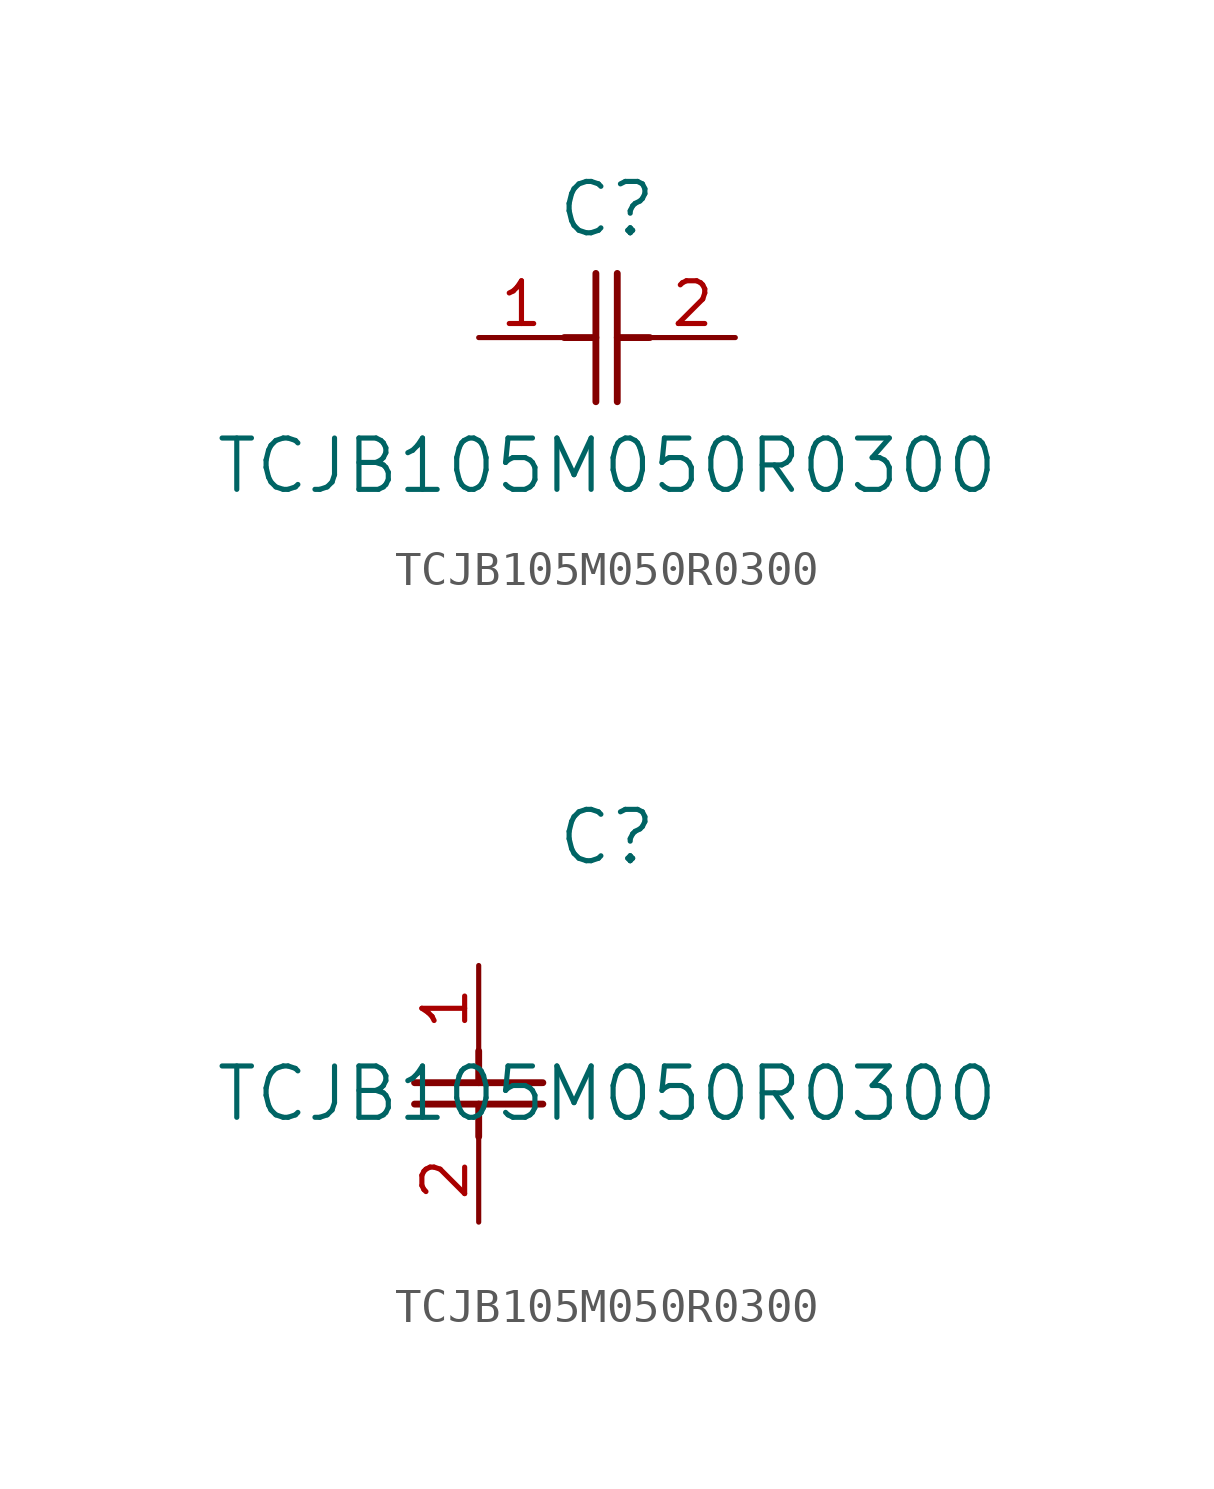
<source format=kicad_sym>
(kicad_symbol_lib
  (version 20211014)
  (generator kicad_symbol_editor)
  (symbol "TCJB105M050R0300"
    (pin_names
      (offset 0.254))
    (property "Reference" "C"
      (at 3.81 3.81 0)
      (effects (font (size 1.524 1.524))))
    (property "Value" "TCJB105M050R0300"
      (at 3.81 -3.81 0)
      (effects (font (size 1.524 1.524))))
    (symbol "TCJB105M050R0300_1_1"
      (polyline (pts (xy 3.48 -1.905) (xy 3.48 1.905)) (stroke (width 0.203) (type default) (color 0 0 0 0)) (fill (type none)))
      (polyline (pts (xy 4.115 -1.905) (xy 4.115 1.905)) (stroke (width 0.203) (type default) (color 0 0 0 0)) (fill (type none)))
      (polyline (pts (xy 4.115 0) (xy 5.08 0)) (stroke (width 0.203) (type default) (color 0 0 0 0)) (fill (type none)))
      (polyline (pts (xy 2.54 0) (xy 3.48 0)) (stroke (width 0.203) (type default) (color 0 0 0 0)) (fill (type none)))
      (pin unspecified line (at 0 0 0) (length 2.54) (name "" (effects (font (size 1.27 1.27)))) (number "1" (effects (font (size 1.27 1.27)))))
      (pin unspecified line (at 7.62 0 180) (length 2.54) (name "" (effects (font (size 1.27 1.27)))) (number "2" (effects (font (size 1.27 1.27))))))
    (symbol "TCJB105M050R0300_1_2"
      (polyline (pts (xy -1.905 -3.48) (xy 1.905 -3.48)) (stroke (width 0.203) (type default) (color 0 0 0 0)) (fill (type none)))
      (polyline (pts (xy -1.905 -4.115) (xy 1.905 -4.115)) (stroke (width 0.203) (type default) (color 0 0 0 0)) (fill (type none)))
      (polyline (pts (xy 0 -4.115) (xy 0 -5.08)) (stroke (width 0.203) (type default) (color 0 0 0 0)) (fill (type none)))
      (polyline (pts (xy 0 -2.54) (xy 0 -3.48)) (stroke (width 0.203) (type default) (color 0 0 0 0)) (fill (type none)))
      (pin unspecified line (at 0 0 270) (length 2.54) (name "" (effects (font (size 1.27 1.27)))) (number "1" (effects (font (size 1.27 1.27)))))
      (pin unspecified line (at 0 -7.62 90) (length 2.54) (name "" (effects (font (size 1.27 1.27)))) (number "2" (effects (font (size 1.27 1.27))))))))
</source>
